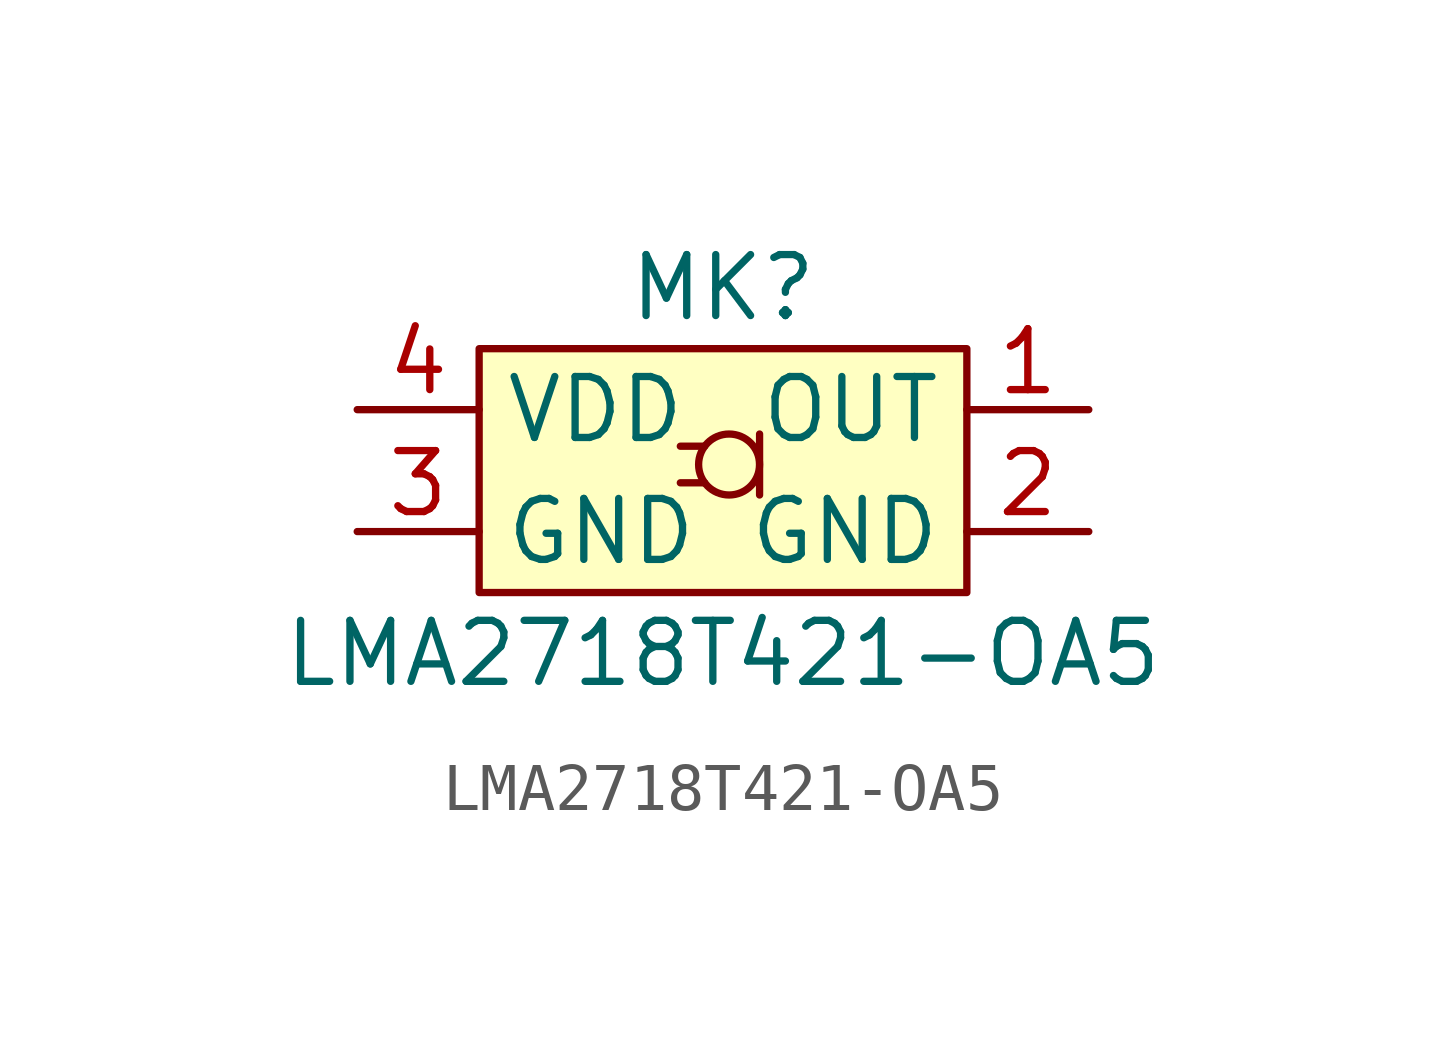
<source format=kicad_sym>
(kicad_symbol_lib
  (version 20220914)
  (generator kicad_symbol_editor)
  (symbol "LMA2718T421-OA5"
    (property "Reference" "MK"
      (at 0 2.54 0)
      (effects (font (size 1.27 1.27))))
    (property "Value" "LMA2718T421-OA5"
      (at 0 -5.08 0)
      (effects (font (size 1.27 1.27))))
    (symbol "LMA2718T421-OA5_0_1"
      (polyline (pts (xy 0.762 -0.508) (xy 0.762 -1.778)) (stroke (width 0) (type default)) (fill (type none)))
      (circle (center 0.127 -1.143) (radius 0.635) (stroke (width 0) (type default)) (fill (type none))))
    (symbol "LMA2718T421-OA5_1_1"
      (rectangle (start -5.08 1.27) (end 5.08 -3.81) (stroke (width 0) (type default)) (fill (type background)))
      (polyline (pts (xy -0.889 -1.524) (xy -0.381 -1.524)) (stroke (width 0) (type default)) (fill (type none)))
      (polyline (pts (xy -0.381 -0.762) (xy -0.889 -0.762)) (stroke (width 0) (type default)) (fill (type none)))
      (pin output line (at 7.62 0 180) (length 2.54) (name "OUT" (effects (font (size 1.27 1.27)))) (number "1" (effects (font (size 1.27 1.27)))))
      (pin power_in line (at 7.62 -2.54 180) (length 2.54) (name "GND" (effects (font (size 1.27 1.27)))) (number "2" (effects (font (size 1.27 1.27)))))
      (pin power_in line (at -7.62 -2.54 0) (length 2.54) (name "GND" (effects (font (size 1.27 1.27)))) (number "3" (effects (font (size 1.27 1.27)))))
      (pin power_in line (at -7.62 0 0) (length 2.54) (name "VDD" (effects (font (size 1.27 1.27)))) (number "4" (effects (font (size 1.27 1.27))))))))
</source>
